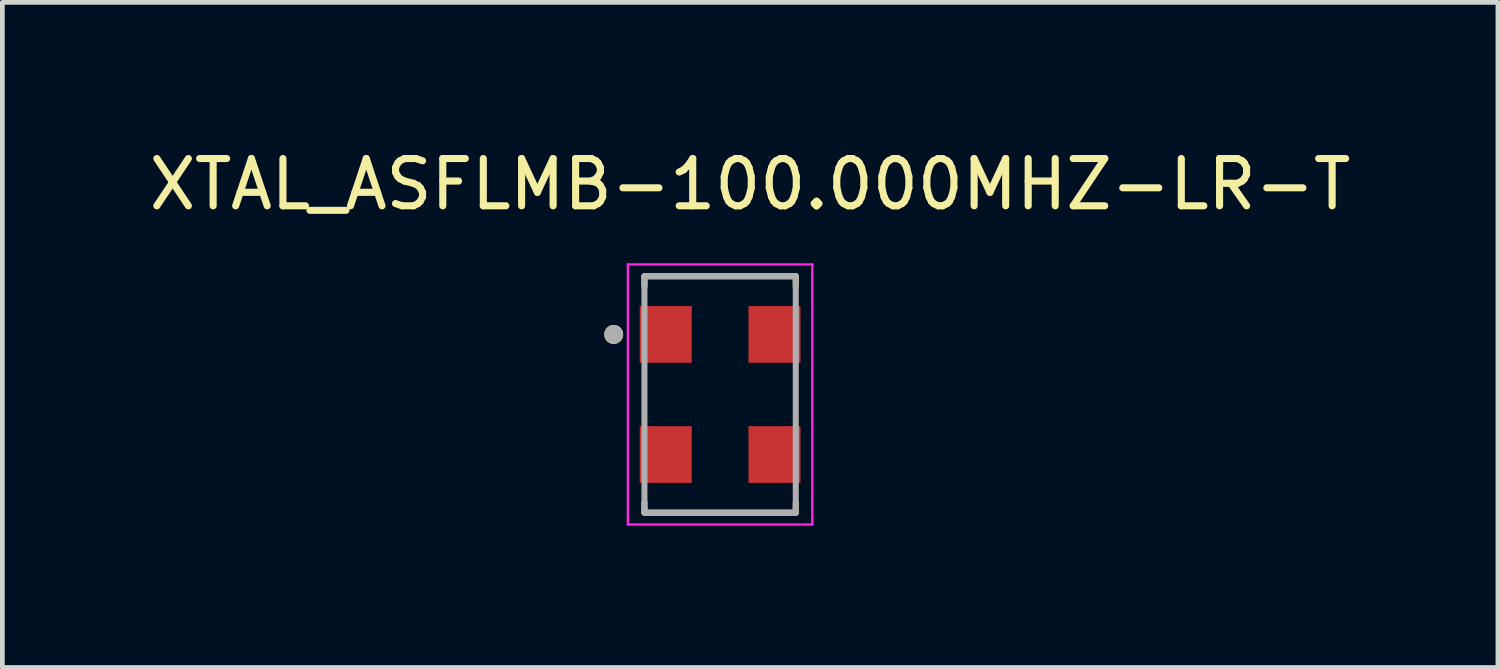
<source format=kicad_pcb>
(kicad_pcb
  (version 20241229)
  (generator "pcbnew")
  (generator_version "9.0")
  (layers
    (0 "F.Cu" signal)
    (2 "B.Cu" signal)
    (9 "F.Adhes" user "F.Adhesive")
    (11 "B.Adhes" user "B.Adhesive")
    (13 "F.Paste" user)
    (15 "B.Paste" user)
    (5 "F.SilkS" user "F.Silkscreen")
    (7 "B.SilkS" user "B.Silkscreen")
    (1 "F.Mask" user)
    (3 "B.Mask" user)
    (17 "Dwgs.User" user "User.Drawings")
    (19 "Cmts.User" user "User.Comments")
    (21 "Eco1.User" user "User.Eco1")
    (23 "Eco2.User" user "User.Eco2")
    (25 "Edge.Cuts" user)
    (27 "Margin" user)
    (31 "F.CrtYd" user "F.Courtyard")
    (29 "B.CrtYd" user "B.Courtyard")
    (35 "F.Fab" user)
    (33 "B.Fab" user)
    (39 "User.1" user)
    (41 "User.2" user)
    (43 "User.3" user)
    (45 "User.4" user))
  (footprint "XTAL_ASFLMB-100.000MHZ-LR-T"
    (layer "F.Cu")
    (at 12.18 5.293)
    (property "Reference" "XTAL_ASFLMB-100.000MHZ-LR-T" (at 0.635 -4.445 0) (layer "F.SilkS") (effects (font (size 1 1) (thickness 0.15))))
    (attr smd)
    (fp_line (start -1.6 -2.5) (end -1.6 -2.29) (stroke (width 0.127) (type solid)) (layer "F.SilkS"))
    (fp_line (start -1.6 -2.5) (end 1.6 -2.5) (stroke (width 0.127) (type solid)) (layer "F.SilkS"))
    (fp_line (start -1.6 2.5) (end -1.6 2.29) (stroke (width 0.127) (type solid)) (layer "F.SilkS"))
    (fp_line (start -1.6 2.5) (end 1.6 2.5) (stroke (width 0.127) (type solid)) (layer "F.SilkS"))
    (fp_line (start 1.6 -2.5) (end 1.6 -2.29) (stroke (width 0.127) (type solid)) (layer "F.SilkS"))
    (fp_line (start 1.6 2.5) (end 1.6 2.29) (stroke (width 0.127) (type solid)) (layer "F.SilkS"))
    (fp_circle (center -2.25 -1.27) (end -2.15 -1.27) (stroke (width 0.2) (type solid)) (fill no) (layer "F.SilkS"))
    (fp_line (start -1.95 -2.75) (end 1.95 -2.75) (stroke (width 0.05) (type solid)) (layer "F.CrtYd"))
    (fp_line (start -1.95 2.75) (end -1.95 -2.75) (stroke (width 0.05) (type solid)) (layer "F.CrtYd"))
    (fp_line (start 1.95 -2.75) (end 1.95 2.75) (stroke (width 0.05) (type solid)) (layer "F.CrtYd"))
    (fp_line (start 1.95 2.75) (end -1.95 2.75) (stroke (width 0.05) (type solid)) (layer "F.CrtYd"))
    (fp_line (start -1.6 -2.5) (end 1.6 -2.5) (stroke (width 0.127) (type solid)) (layer "F.Fab"))
    (fp_line (start -1.6 2.5) (end -1.6 -2.5) (stroke (width 0.127) (type solid)) (layer "F.Fab"))
    (fp_line (start 1.6 -2.5) (end 1.6 2.5) (stroke (width 0.127) (type solid)) (layer "F.Fab"))
    (fp_line (start 1.6 2.5) (end -1.6 2.5) (stroke (width 0.127) (type solid)) (layer "F.Fab"))
    (fp_circle (center -2.25 -1.27) (end -2.15 -1.27) (stroke (width 0.2) (type solid)) (fill no) (layer "F.Fab"))
    (pad "1" smd rect (at -1.15 -1.27) (size 1.1 1.2) (layers "F.Cu" "F.Mask" "F.Paste"))
    (pad "2" smd rect (at -1.15 1.27) (size 1.1 1.2) (layers "F.Cu" "F.Mask" "F.Paste"))
    (pad "3" smd rect (at 1.15 1.27) (size 1.1 1.2) (layers "F.Cu" "F.Mask" "F.Paste"))
    (pad "4" smd rect (at 1.15 -1.27) (size 1.1 1.2) (layers "F.Cu" "F.Mask" "F.Paste")))
  (gr_rect
    (start -3 -3)
    (end 28.631 11.068)
    (stroke (width 0.1) (type default))
    (fill no)
    (layer "Edge.Cuts")))
</source>
